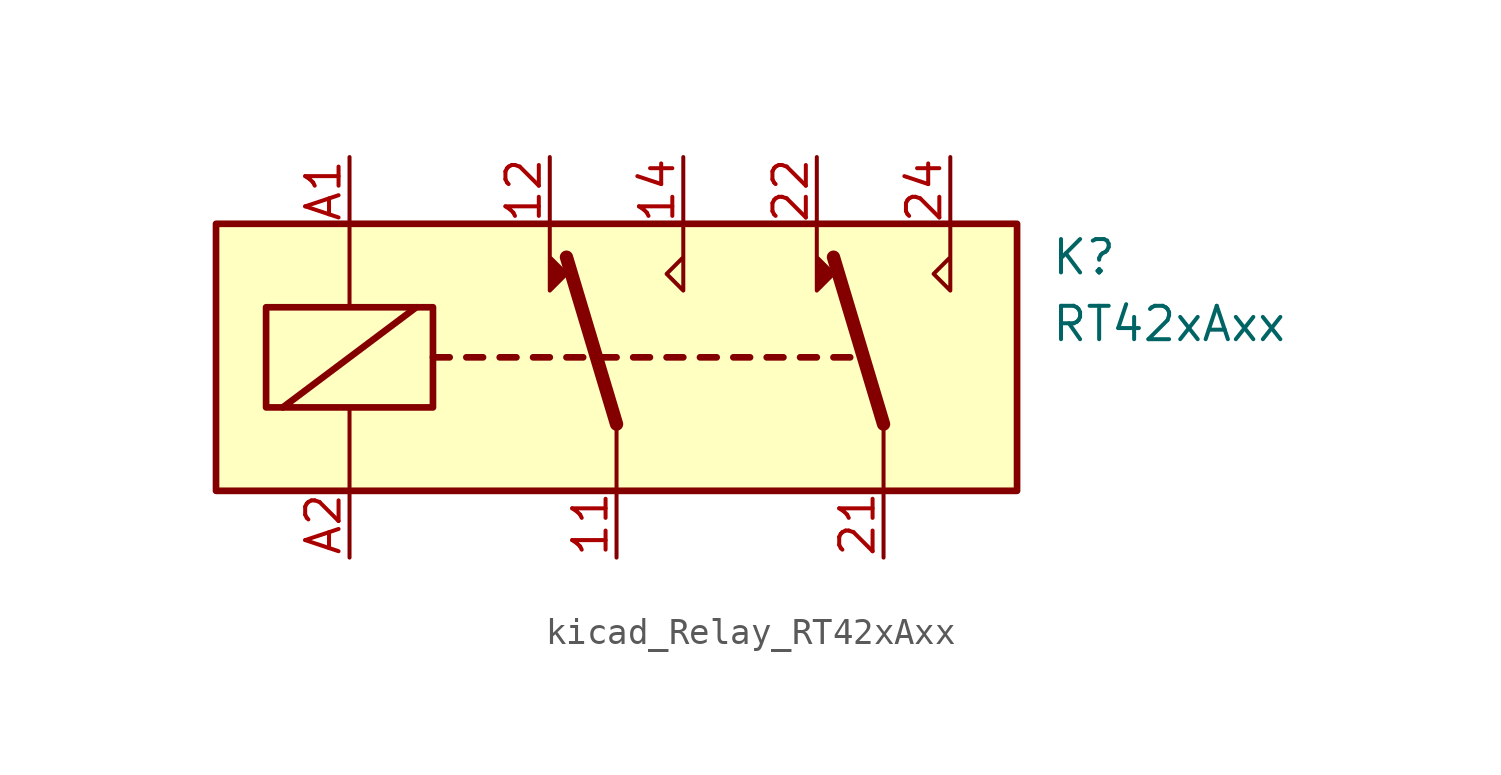
<source format=kicad_sym>
(kicad_symbol_lib
  (version 20220914)
  (generator kicad_symbol_editor)
  (symbol "kicad_Relay_RT42xAxx"
    (property "Reference" "K"
      (at 16.51 3.81 0)
      (effects (font (size 1.27 1.27)) (justify left)))
    (property "Value" "RT42xAxx"
      (at 16.51 1.27 0)
      (effects (font (size 1.27 1.27)) (justify left)))
    (symbol "kicad_Relay_RT42xAxx_0_0"
      (polyline (pts (xy -7.62 1.905) (xy -12.7 -1.905)) (stroke (width 0.254) (type default)) (fill (type none))))
    (symbol "kicad_Relay_RT42xAxx_0_1"
      (rectangle (start -15.24 5.08) (end 15.24 -5.08) (stroke (width 0.254) (type default)) (fill (type background)))
      (rectangle (start -13.335 1.905) (end -6.985 -1.905) (stroke (width 0.254) (type default)) (fill (type none)))
      (polyline (pts (xy -10.16 -5.08) (xy -10.16 -1.905)) (stroke (width 0) (type default)) (fill (type none)))
      (polyline (pts (xy -10.16 5.08) (xy -10.16 1.905)) (stroke (width 0) (type default)) (fill (type none)))
      (polyline (pts (xy -6.985 0) (xy -6.35 0)) (stroke (width 0.254) (type default)) (fill (type none)))
      (polyline (pts (xy -5.715 0) (xy -5.08 0)) (stroke (width 0.254) (type default)) (fill (type none)))
      (polyline (pts (xy -4.445 0) (xy -3.81 0)) (stroke (width 0.254) (type default)) (fill (type none)))
      (polyline (pts (xy -3.175 0) (xy -2.54 0)) (stroke (width 0.254) (type default)) (fill (type none)))
      (polyline (pts (xy -1.905 0) (xy -1.27 0)) (stroke (width 0.254) (type default)) (fill (type none)))
      (polyline (pts (xy -0.635 0) (xy 0 0)) (stroke (width 0.254) (type default)) (fill (type none)))
      (polyline (pts (xy 0 -2.54) (xy -1.905 3.81)) (stroke (width 0.508) (type default)) (fill (type none)))
      (polyline (pts (xy 0 -2.54) (xy 0 -5.08)) (stroke (width 0) (type default)) (fill (type none)))
      (polyline (pts (xy 0.635 0) (xy 1.27 0)) (stroke (width 0.254) (type default)) (fill (type none)))
      (polyline (pts (xy 1.905 0) (xy 2.54 0)) (stroke (width 0.254) (type default)) (fill (type none)))
      (polyline (pts (xy 3.175 0) (xy 3.81 0)) (stroke (width 0.254) (type default)) (fill (type none)))
      (polyline (pts (xy 4.445 0) (xy 5.08 0)) (stroke (width 0.254) (type default)) (fill (type none)))
      (polyline (pts (xy 5.715 0) (xy 6.35 0)) (stroke (width 0.254) (type default)) (fill (type none)))
      (polyline (pts (xy 6.985 0) (xy 7.62 0)) (stroke (width 0.254) (type default)) (fill (type none)))
      (polyline (pts (xy 8.255 0) (xy 8.89 0)) (stroke (width 0.254) (type default)) (fill (type none)))
      (polyline (pts (xy 10.16 -2.54) (xy 8.255 3.81)) (stroke (width 0.508) (type default)) (fill (type none)))
      (polyline (pts (xy 10.16 -2.54) (xy 10.16 -5.08)) (stroke (width 0) (type default)) (fill (type none)))
      (polyline (pts (xy -2.54 5.08) (xy -2.54 2.54) (xy -1.905 3.175) (xy -2.54 3.81)) (stroke (width 0) (type default)) (fill (type outline)))
      (polyline (pts (xy 2.54 5.08) (xy 2.54 2.54) (xy 1.905 3.175) (xy 2.54 3.81)) (stroke (width 0) (type default)) (fill (type none)))
      (polyline (pts (xy 7.62 5.08) (xy 7.62 2.54) (xy 8.255 3.175) (xy 7.62 3.81)) (stroke (width 0) (type default)) (fill (type outline)))
      (polyline (pts (xy 12.7 5.08) (xy 12.7 2.54) (xy 12.065 3.175) (xy 12.7 3.81)) (stroke (width 0) (type default)) (fill (type none))))
    (symbol "kicad_Relay_RT42xAxx_1_1"
      (pin passive line (at 0 -7.62 90) (length 2.54) (name "~" (effects (font (size 1.27 1.27)))) (number "11" (effects (font (size 1.27 1.27)))))
      (pin passive line (at -2.54 7.62 270) (length 2.54) (name "~" (effects (font (size 1.27 1.27)))) (number "12" (effects (font (size 1.27 1.27)))))
      (pin passive line (at 2.54 7.62 270) (length 2.54) (name "~" (effects (font (size 1.27 1.27)))) (number "14" (effects (font (size 1.27 1.27)))))
      (pin passive line (at 10.16 -7.62 90) (length 2.54) (name "~" (effects (font (size 1.27 1.27)))) (number "21" (effects (font (size 1.27 1.27)))))
      (pin passive line (at 7.62 7.62 270) (length 2.54) (name "~" (effects (font (size 1.27 1.27)))) (number "22" (effects (font (size 1.27 1.27)))))
      (pin passive line (at 12.7 7.62 270) (length 2.54) (name "~" (effects (font (size 1.27 1.27)))) (number "24" (effects (font (size 1.27 1.27)))))
      (pin passive line (at -10.16 7.62 270) (length 2.54) (name "~" (effects (font (size 1.27 1.27)))) (number "A1" (effects (font (size 1.27 1.27)))))
      (pin passive line (at -10.16 -7.62 90) (length 2.54) (name "~" (effects (font (size 1.27 1.27)))) (number "A2" (effects (font (size 1.27 1.27))))))))
</source>
